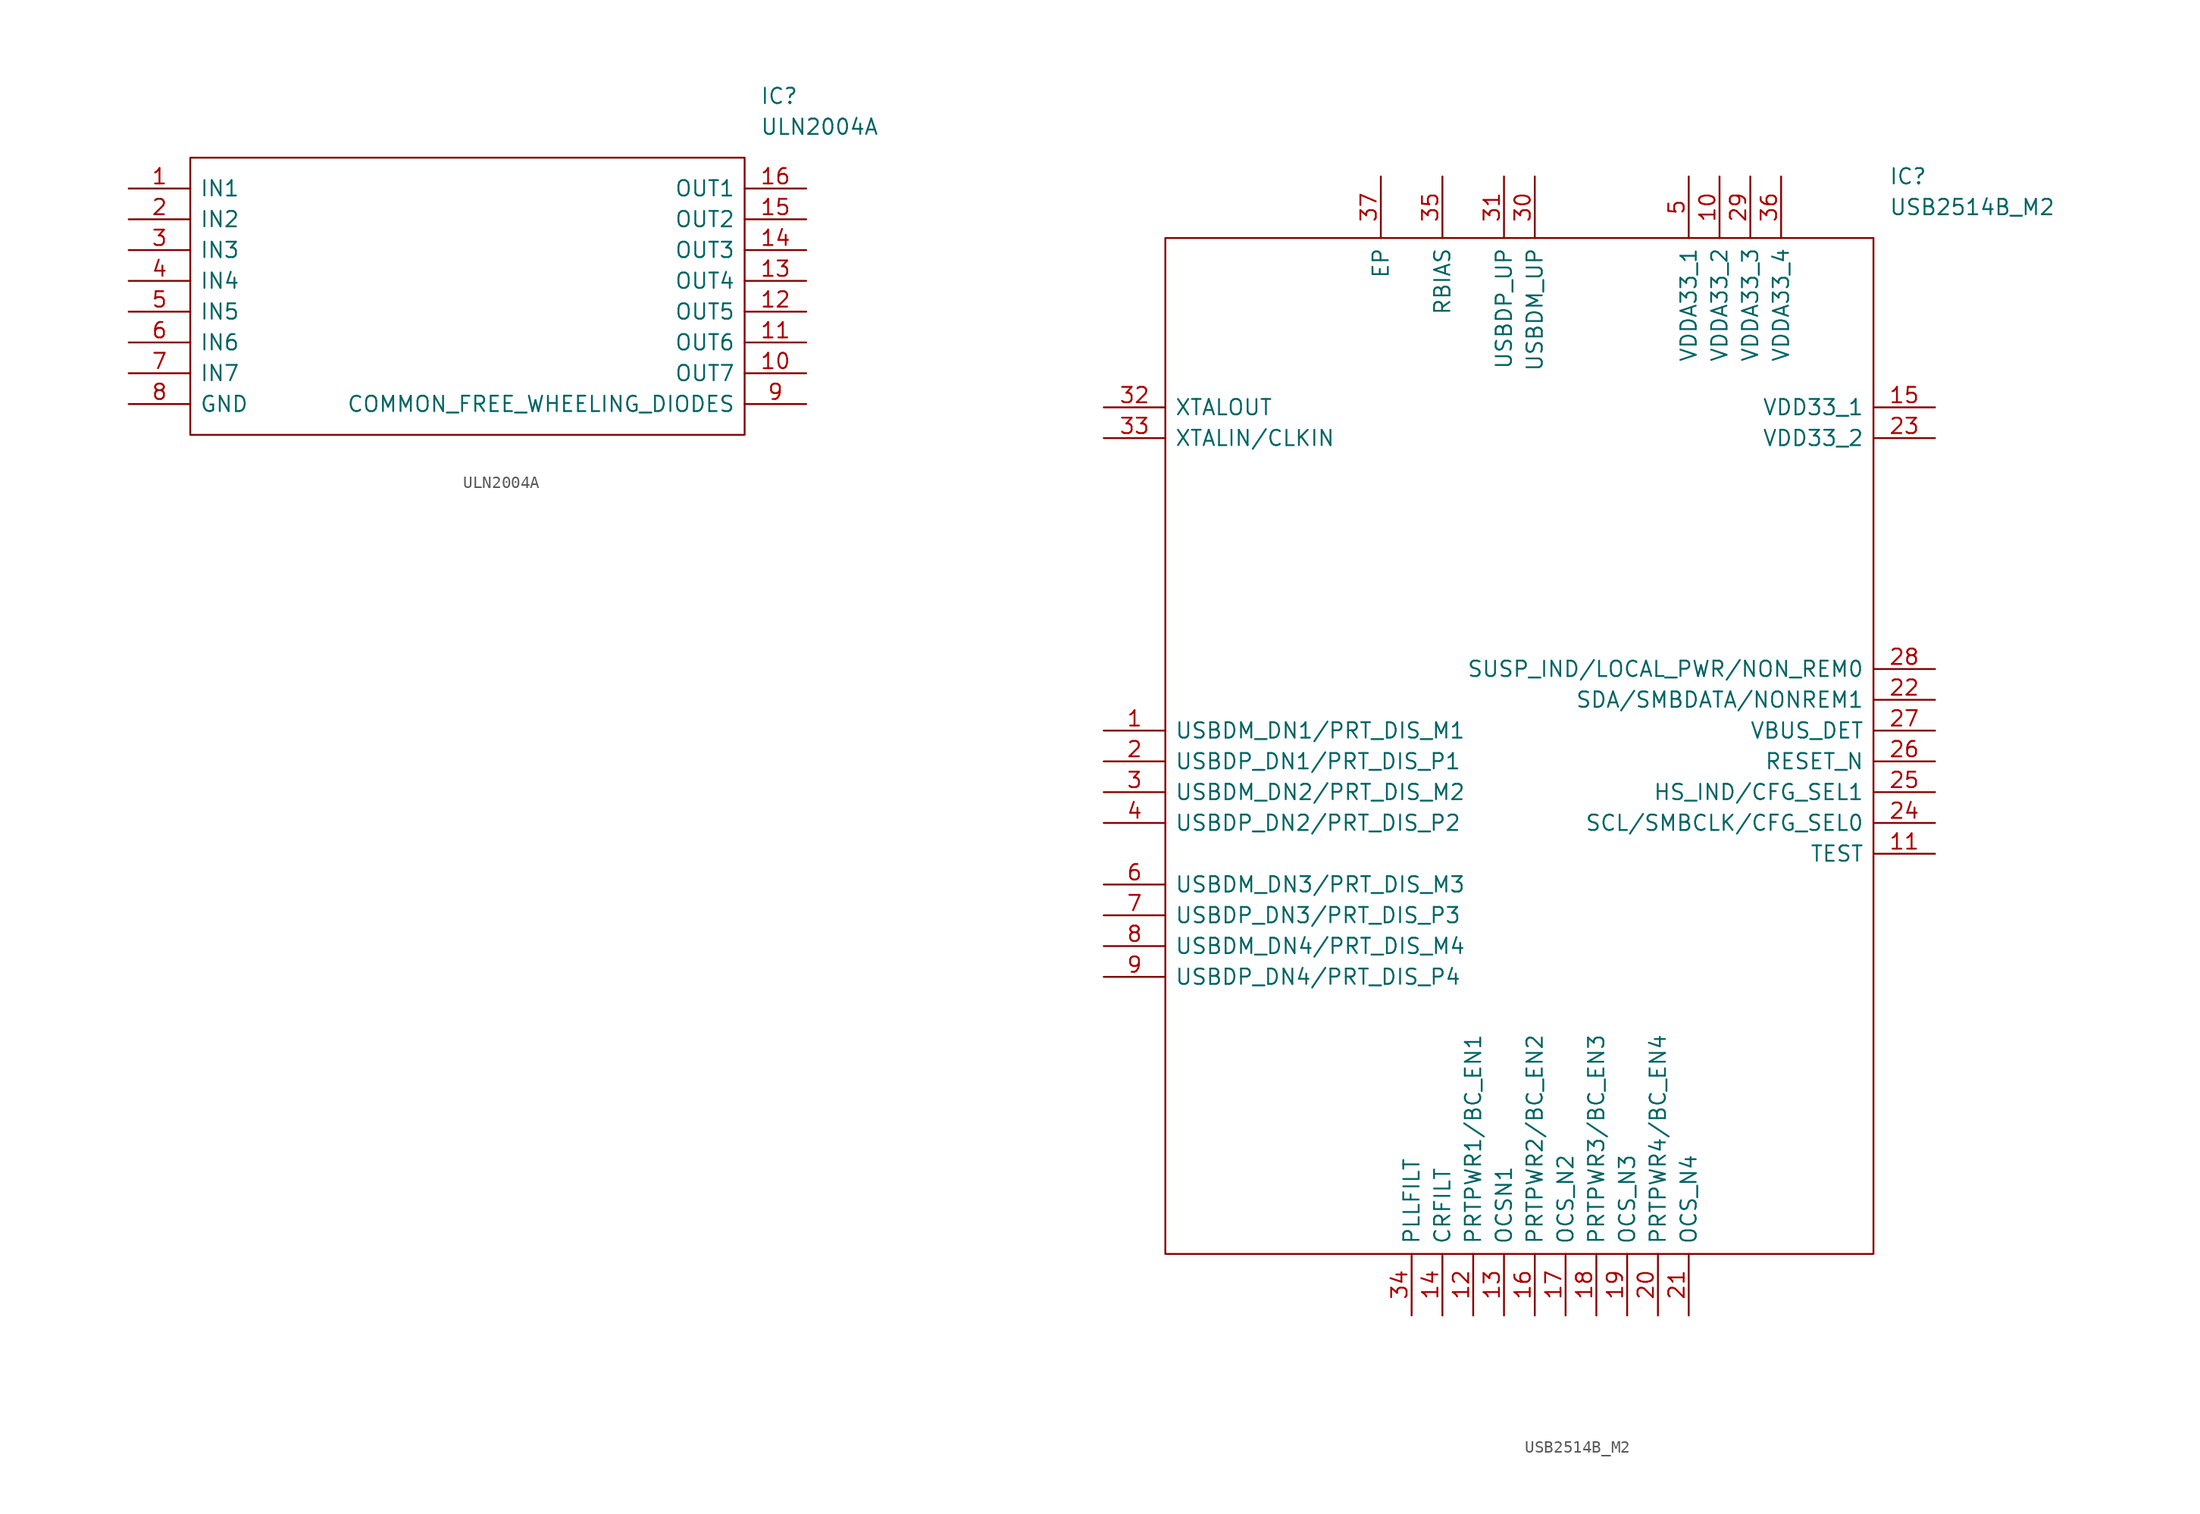
<source format=kicad_sym>
(kicad_symbol_lib
  (version 20211014)
  (generator kicad_symbol_editor)
  (symbol "ULN2004A"
    (pin_names
      (offset 0.762))
    (property "Reference" "IC"
      (at 52.07 7.62 0)
      (effects (font (size 1.27 1.27)) (justify left)))
    (property "Value" "ULN2004A"
      (at 52.07 5.08 0)
      (effects (font (size 1.27 1.27)) (justify left)))
    (symbol "ULN2004A_0_0"
      (pin passive line (at 0 0 0) (length 5.08) (name "IN1" (effects (font (size 1.27 1.27)))) (number "1" (effects (font (size 1.27 1.27)))))
      (pin passive line (at 55.88 -15.24 180) (length 5.08) (name "OUT7" (effects (font (size 1.27 1.27)))) (number "10" (effects (font (size 1.27 1.27)))))
      (pin passive line (at 55.88 -12.7 180) (length 5.08) (name "OUT6" (effects (font (size 1.27 1.27)))) (number "11" (effects (font (size 1.27 1.27)))))
      (pin passive line (at 55.88 -10.16 180) (length 5.08) (name "OUT5" (effects (font (size 1.27 1.27)))) (number "12" (effects (font (size 1.27 1.27)))))
      (pin passive line (at 55.88 -7.62 180) (length 5.08) (name "OUT4" (effects (font (size 1.27 1.27)))) (number "13" (effects (font (size 1.27 1.27)))))
      (pin passive line (at 55.88 -5.08 180) (length 5.08) (name "OUT3" (effects (font (size 1.27 1.27)))) (number "14" (effects (font (size 1.27 1.27)))))
      (pin passive line (at 55.88 -2.54 180) (length 5.08) (name "OUT2" (effects (font (size 1.27 1.27)))) (number "15" (effects (font (size 1.27 1.27)))))
      (pin passive line (at 55.88 0 180) (length 5.08) (name "OUT1" (effects (font (size 1.27 1.27)))) (number "16" (effects (font (size 1.27 1.27)))))
      (pin passive line (at 0 -2.54 0) (length 5.08) (name "IN2" (effects (font (size 1.27 1.27)))) (number "2" (effects (font (size 1.27 1.27)))))
      (pin passive line (at 0 -5.08 0) (length 5.08) (name "IN3" (effects (font (size 1.27 1.27)))) (number "3" (effects (font (size 1.27 1.27)))))
      (pin passive line (at 0 -7.62 0) (length 5.08) (name "IN4" (effects (font (size 1.27 1.27)))) (number "4" (effects (font (size 1.27 1.27)))))
      (pin passive line (at 0 -10.16 0) (length 5.08) (name "IN5" (effects (font (size 1.27 1.27)))) (number "5" (effects (font (size 1.27 1.27)))))
      (pin passive line (at 0 -12.7 0) (length 5.08) (name "IN6" (effects (font (size 1.27 1.27)))) (number "6" (effects (font (size 1.27 1.27)))))
      (pin passive line (at 0 -15.24 0) (length 5.08) (name "IN7" (effects (font (size 1.27 1.27)))) (number "7" (effects (font (size 1.27 1.27)))))
      (pin passive line (at 0 -17.78 0) (length 5.08) (name "GND" (effects (font (size 1.27 1.27)))) (number "8" (effects (font (size 1.27 1.27)))))
      (pin passive line (at 55.88 -17.78 180) (length 5.08) (name "COMMON_FREE_WHEELING_DIODES" (effects (font (size 1.27 1.27)))) (number "9" (effects (font (size 1.27 1.27))))))
    (symbol "ULN2004A_0_1"
      (polyline (pts (xy 5.08 2.54) (xy 50.8 2.54) (xy 50.8 -20.32) (xy 5.08 -20.32) (xy 5.08 2.54)) (stroke (width 0.152) (type default) (color 0 0 0 0)) (fill (type none)))))
  (symbol "USB2514B_M2"
    (pin_names
      (offset 0.762))
    (property "Reference" "IC"
      (at 64.77 45.72 0)
      (effects (font (size 1.27 1.27)) (justify left)))
    (property "Value" "USB2514B_M2"
      (at 64.77 43.18 0)
      (effects (font (size 1.27 1.27)) (justify left)))
    (symbol "USB2514B_M2_0_0"
      (pin passive line (at 0 0 0) (length 5.08) (name "USBDM_DN1/PRT_DIS_M1" (effects (font (size 1.27 1.27)))) (number "1" (effects (font (size 1.27 1.27)))))
      (pin passive line (at 50.8 45.72 270) (length 5.08) (name "VDDA33_2" (effects (font (size 1.27 1.27)))) (number "10" (effects (font (size 1.27 1.27)))))
      (pin passive line (at 68.58 -10.16 180) (length 5.08) (name "TEST" (effects (font (size 1.27 1.27)))) (number "11" (effects (font (size 1.27 1.27)))))
      (pin passive line (at 30.48 -48.26 90) (length 5.08) (name "PRTPWR1/BC_EN1" (effects (font (size 1.27 1.27)))) (number "12" (effects (font (size 1.27 1.27)))))
      (pin passive line (at 33.02 -48.26 90) (length 5.08) (name "OCSN1" (effects (font (size 1.27 1.27)))) (number "13" (effects (font (size 1.27 1.27)))))
      (pin passive line (at 27.94 -48.26 90) (length 5.08) (name "CRFILT" (effects (font (size 1.27 1.27)))) (number "14" (effects (font (size 1.27 1.27)))))
      (pin passive line (at 68.58 26.67 180) (length 5.08) (name "VDD33_1" (effects (font (size 1.27 1.27)))) (number "15" (effects (font (size 1.27 1.27)))))
      (pin passive line (at 35.56 -48.26 90) (length 5.08) (name "PRTPWR2/BC_EN2" (effects (font (size 1.27 1.27)))) (number "16" (effects (font (size 1.27 1.27)))))
      (pin passive line (at 38.1 -48.26 90) (length 5.08) (name "OCS_N2" (effects (font (size 1.27 1.27)))) (number "17" (effects (font (size 1.27 1.27)))))
      (pin passive line (at 40.64 -48.26 90) (length 5.08) (name "PRTPWR3/BC_EN3" (effects (font (size 1.27 1.27)))) (number "18" (effects (font (size 1.27 1.27)))))
      (pin passive line (at 43.18 -48.26 90) (length 5.08) (name "OCS_N3" (effects (font (size 1.27 1.27)))) (number "19" (effects (font (size 1.27 1.27)))))
      (pin passive line (at 0 -2.54 0) (length 5.08) (name "USBDP_DN1/PRT_DIS_P1" (effects (font (size 1.27 1.27)))) (number "2" (effects (font (size 1.27 1.27)))))
      (pin passive line (at 45.72 -48.26 90) (length 5.08) (name "PRTPWR4/BC_EN4" (effects (font (size 1.27 1.27)))) (number "20" (effects (font (size 1.27 1.27)))))
      (pin passive line (at 48.26 -48.26 90) (length 5.08) (name "OCS_N4" (effects (font (size 1.27 1.27)))) (number "21" (effects (font (size 1.27 1.27)))))
      (pin passive line (at 68.58 2.54 180) (length 5.08) (name "SDA/SMBDATA/NONREM1" (effects (font (size 1.27 1.27)))) (number "22" (effects (font (size 1.27 1.27)))))
      (pin passive line (at 68.58 24.13 180) (length 5.08) (name "VDD33_2" (effects (font (size 1.27 1.27)))) (number "23" (effects (font (size 1.27 1.27)))))
      (pin passive line (at 68.58 -7.62 180) (length 5.08) (name "SCL/SMBCLK/CFG_SEL0" (effects (font (size 1.27 1.27)))) (number "24" (effects (font (size 1.27 1.27)))))
      (pin passive line (at 68.58 -5.08 180) (length 5.08) (name "HS_IND/CFG_SEL1" (effects (font (size 1.27 1.27)))) (number "25" (effects (font (size 1.27 1.27)))))
      (pin passive line (at 68.58 -2.54 180) (length 5.08) (name "RESET_N" (effects (font (size 1.27 1.27)))) (number "26" (effects (font (size 1.27 1.27)))))
      (pin passive line (at 68.58 0 180) (length 5.08) (name "VBUS_DET" (effects (font (size 1.27 1.27)))) (number "27" (effects (font (size 1.27 1.27)))))
      (pin passive line (at 68.58 5.08 180) (length 5.08) (name "SUSP_IND/LOCAL_PWR/NON_REM0" (effects (font (size 1.27 1.27)))) (number "28" (effects (font (size 1.27 1.27)))))
      (pin passive line (at 53.34 45.72 270) (length 5.08) (name "VDDA33_3" (effects (font (size 1.27 1.27)))) (number "29" (effects (font (size 1.27 1.27)))))
      (pin passive line (at 0 -5.08 0) (length 5.08) (name "USBDM_DN2/PRT_DIS_M2" (effects (font (size 1.27 1.27)))) (number "3" (effects (font (size 1.27 1.27)))))
      (pin passive line (at 35.56 45.72 270) (length 5.08) (name "USBDM_UP" (effects (font (size 1.27 1.27)))) (number "30" (effects (font (size 1.27 1.27)))))
      (pin passive line (at 33.02 45.72 270) (length 5.08) (name "USBDP_UP" (effects (font (size 1.27 1.27)))) (number "31" (effects (font (size 1.27 1.27)))))
      (pin passive line (at 0 26.67 0) (length 5.08) (name "XTALOUT" (effects (font (size 1.27 1.27)))) (number "32" (effects (font (size 1.27 1.27)))))
      (pin passive line (at 0 24.13 0) (length 5.08) (name "XTALIN/CLKIN" (effects (font (size 1.27 1.27)))) (number "33" (effects (font (size 1.27 1.27)))))
      (pin passive line (at 25.4 -48.26 90) (length 5.08) (name "PLLFILT" (effects (font (size 1.27 1.27)))) (number "34" (effects (font (size 1.27 1.27)))))
      (pin passive line (at 27.94 45.72 270) (length 5.08) (name "RBIAS" (effects (font (size 1.27 1.27)))) (number "35" (effects (font (size 1.27 1.27)))))
      (pin passive line (at 55.88 45.72 270) (length 5.08) (name "VDDA33_4" (effects (font (size 1.27 1.27)))) (number "36" (effects (font (size 1.27 1.27)))))
      (pin passive line (at 22.86 45.72 270) (length 5.08) (name "EP" (effects (font (size 1.27 1.27)))) (number "37" (effects (font (size 1.27 1.27)))))
      (pin passive line (at 0 -7.62 0) (length 5.08) (name "USBDP_DN2/PRT_DIS_P2" (effects (font (size 1.27 1.27)))) (number "4" (effects (font (size 1.27 1.27)))))
      (pin passive line (at 48.26 45.72 270) (length 5.08) (name "VDDA33_1" (effects (font (size 1.27 1.27)))) (number "5" (effects (font (size 1.27 1.27)))))
      (pin passive line (at 0 -12.7 0) (length 5.08) (name "USBDM_DN3/PRT_DIS_M3" (effects (font (size 1.27 1.27)))) (number "6" (effects (font (size 1.27 1.27)))))
      (pin passive line (at 0 -15.24 0) (length 5.08) (name "USBDP_DN3/PRT_DIS_P3" (effects (font (size 1.27 1.27)))) (number "7" (effects (font (size 1.27 1.27)))))
      (pin passive line (at 0 -17.78 0) (length 5.08) (name "USBDM_DN4/PRT_DIS_M4" (effects (font (size 1.27 1.27)))) (number "8" (effects (font (size 1.27 1.27)))))
      (pin passive line (at 0 -20.32 0) (length 5.08) (name "USBDP_DN4/PRT_DIS_P4" (effects (font (size 1.27 1.27)))) (number "9" (effects (font (size 1.27 1.27))))))
    (symbol "USB2514B_M2_0_1"
      (polyline (pts (xy 5.08 40.64) (xy 63.5 40.64) (xy 63.5 -43.18) (xy 5.08 -43.18) (xy 5.08 40.64)) (stroke (width 0.152) (type default) (color 0 0 0 0)) (fill (type none))))))
</source>
